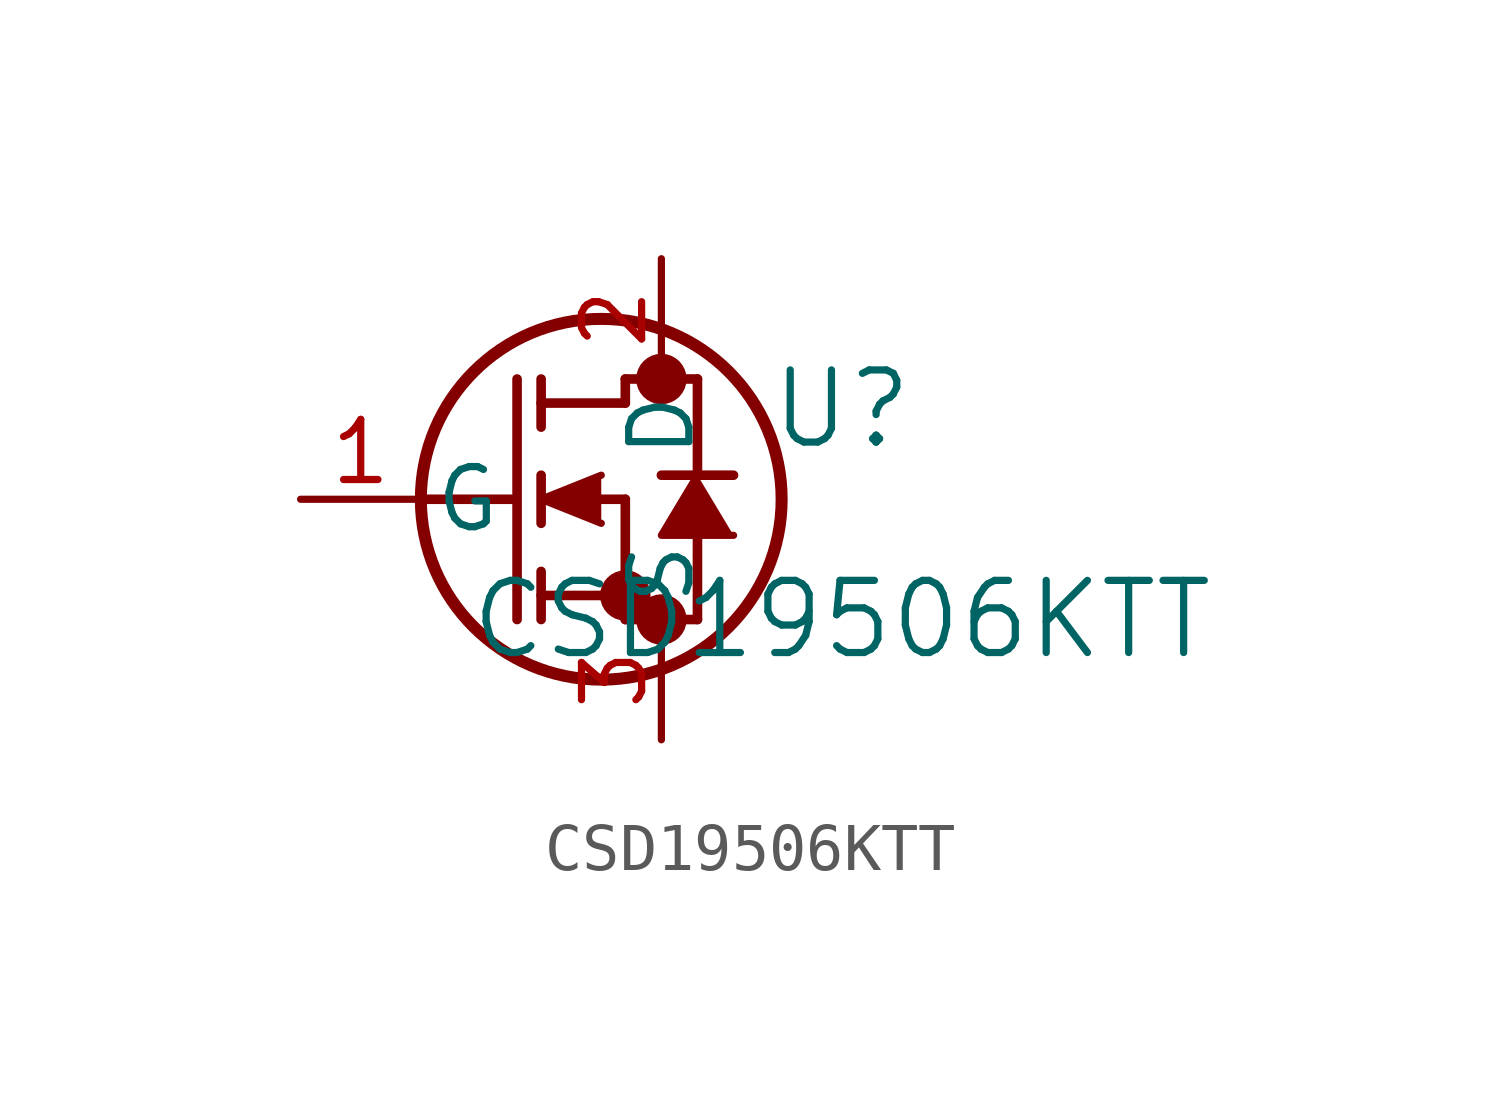
<source format=kicad_sym>
(kicad_symbol_lib
  (version 20211014)
  (generator kicad_symbol_editor)
  (symbol "CSD19506KTT"
    (pin_names
      (offset 0.254))
    (property "Reference" "U"
      (at 11.43 1.905 0)
      (effects (font (size 1.524 1.524))))
    (property "Value" "CSD19506KTT"
      (at 11.43 -2.54 0)
      (effects (font (size 1.524 1.524))))
    (symbol "CSD19506KTT_0_1"
      (circle (center 7.62 2.54) (radius 0.025) (stroke (width 0.508) (type default) (color 0 0 0 0)) (fill (type none)))
      (circle (center 7.62 -2.54) (radius 0.025) (stroke (width 0.508) (type default) (color 0 0 0 0)) (fill (type none)))
      (circle (center 6.858 -2.032) (radius 0.025) (stroke (width 0.508) (type default) (color 0 0 0 0)) (fill (type none)))
      (circle (center 6.35 0) (radius 3.81) (stroke (width 0.254) (type default) (color 0 0 0 0)) (fill (type none)))
      (polyline (pts (xy 2.54 0) (xy 4.445 0)) (stroke (width 0.203) (type default) (color 0 0 0 0)) (fill (type none)))
      (polyline (pts (xy 4.572 -2.54) (xy 4.572 2.54)) (stroke (width 0.203) (type default) (color 0 0 0 0)) (fill (type none)))
      (polyline (pts (xy 5.08 -0.508) (xy 5.08 0.508)) (stroke (width 0.203) (type default) (color 0 0 0 0)) (fill (type none)))
      (polyline (pts (xy 5.08 -2.54) (xy 5.08 -1.524)) (stroke (width 0.203) (type default) (color 0 0 0 0)) (fill (type none)))
      (polyline (pts (xy 5.08 1.524) (xy 5.08 2.54)) (stroke (width 0.203) (type default) (color 0 0 0 0)) (fill (type none)))
      (polyline (pts (xy 6.35 0) (xy 6.858 0)) (stroke (width 0.203) (type default) (color 0 0 0 0)) (fill (type none)))
      (polyline (pts (xy 5.08 -2.032) (xy 6.858 -2.032)) (stroke (width 0.203) (type default) (color 0 0 0 0)) (fill (type none)))
      (polyline (pts (xy 6.858 -2.54) (xy 6.858 0)) (stroke (width 0.203) (type default) (color 0 0 0 0)) (fill (type none)))
      (polyline (pts (xy 6.858 -2.54) (xy 8.382 -2.54)) (stroke (width 0.203) (type default) (color 0 0 0 0)) (fill (type none)))
      (polyline (pts (xy 5.08 2.032) (xy 6.858 2.032)) (stroke (width 0.203) (type default) (color 0 0 0 0)) (fill (type none)))
      (polyline (pts (xy 8.382 0.508) (xy 8.382 2.54)) (stroke (width 0.203) (type default) (color 0 0 0 0)) (fill (type none)))
      (polyline (pts (xy 6.35 0.508) (xy 5.08 0) (xy 6.35 -0.508)) (stroke (width 0) (type default) (color 0 0 0 0)) (fill (type outline)))
      (polyline (pts (xy 9.144 -0.762) (xy 7.62 -0.762) (xy 8.382 0.508)) (stroke (width 0) (type default) (color 0 0 0 0)) (fill (type outline)))
      (polyline (pts (xy 8.382 -2.54) (xy 8.382 -0.762)) (stroke (width 0.203) (type default) (color 0 0 0 0)) (fill (type none)))
      (polyline (pts (xy 9.144 0.508) (xy 7.62 0.508)) (stroke (width 0.203) (type default) (color 0 0 0 0)) (fill (type none)))
      (polyline (pts (xy 6.858 2.54) (xy 8.382 2.54)) (stroke (width 0.203) (type default) (color 0 0 0 0)) (fill (type none)))
      (polyline (pts (xy 6.858 2.032) (xy 6.858 2.54)) (stroke (width 0.203) (type default) (color 0 0 0 0)) (fill (type none)))
      (pin unspecified line (at 0 0 0) (length 2.54) (name "G" (effects (font (size 1.27 1.27)))) (number "1" (effects (font (size 1.27 1.27)))))
      (pin unspecified line (at 7.62 5.08 270) (length 2.54) (name "D" (effects (font (size 1.27 1.27)))) (number "2" (effects (font (size 1.27 1.27)))))
      (pin unspecified line (at 7.62 -5.08 90) (length 2.54) (name "S" (effects (font (size 1.27 1.27)))) (number "3" (effects (font (size 1.27 1.27))))))))
</source>
